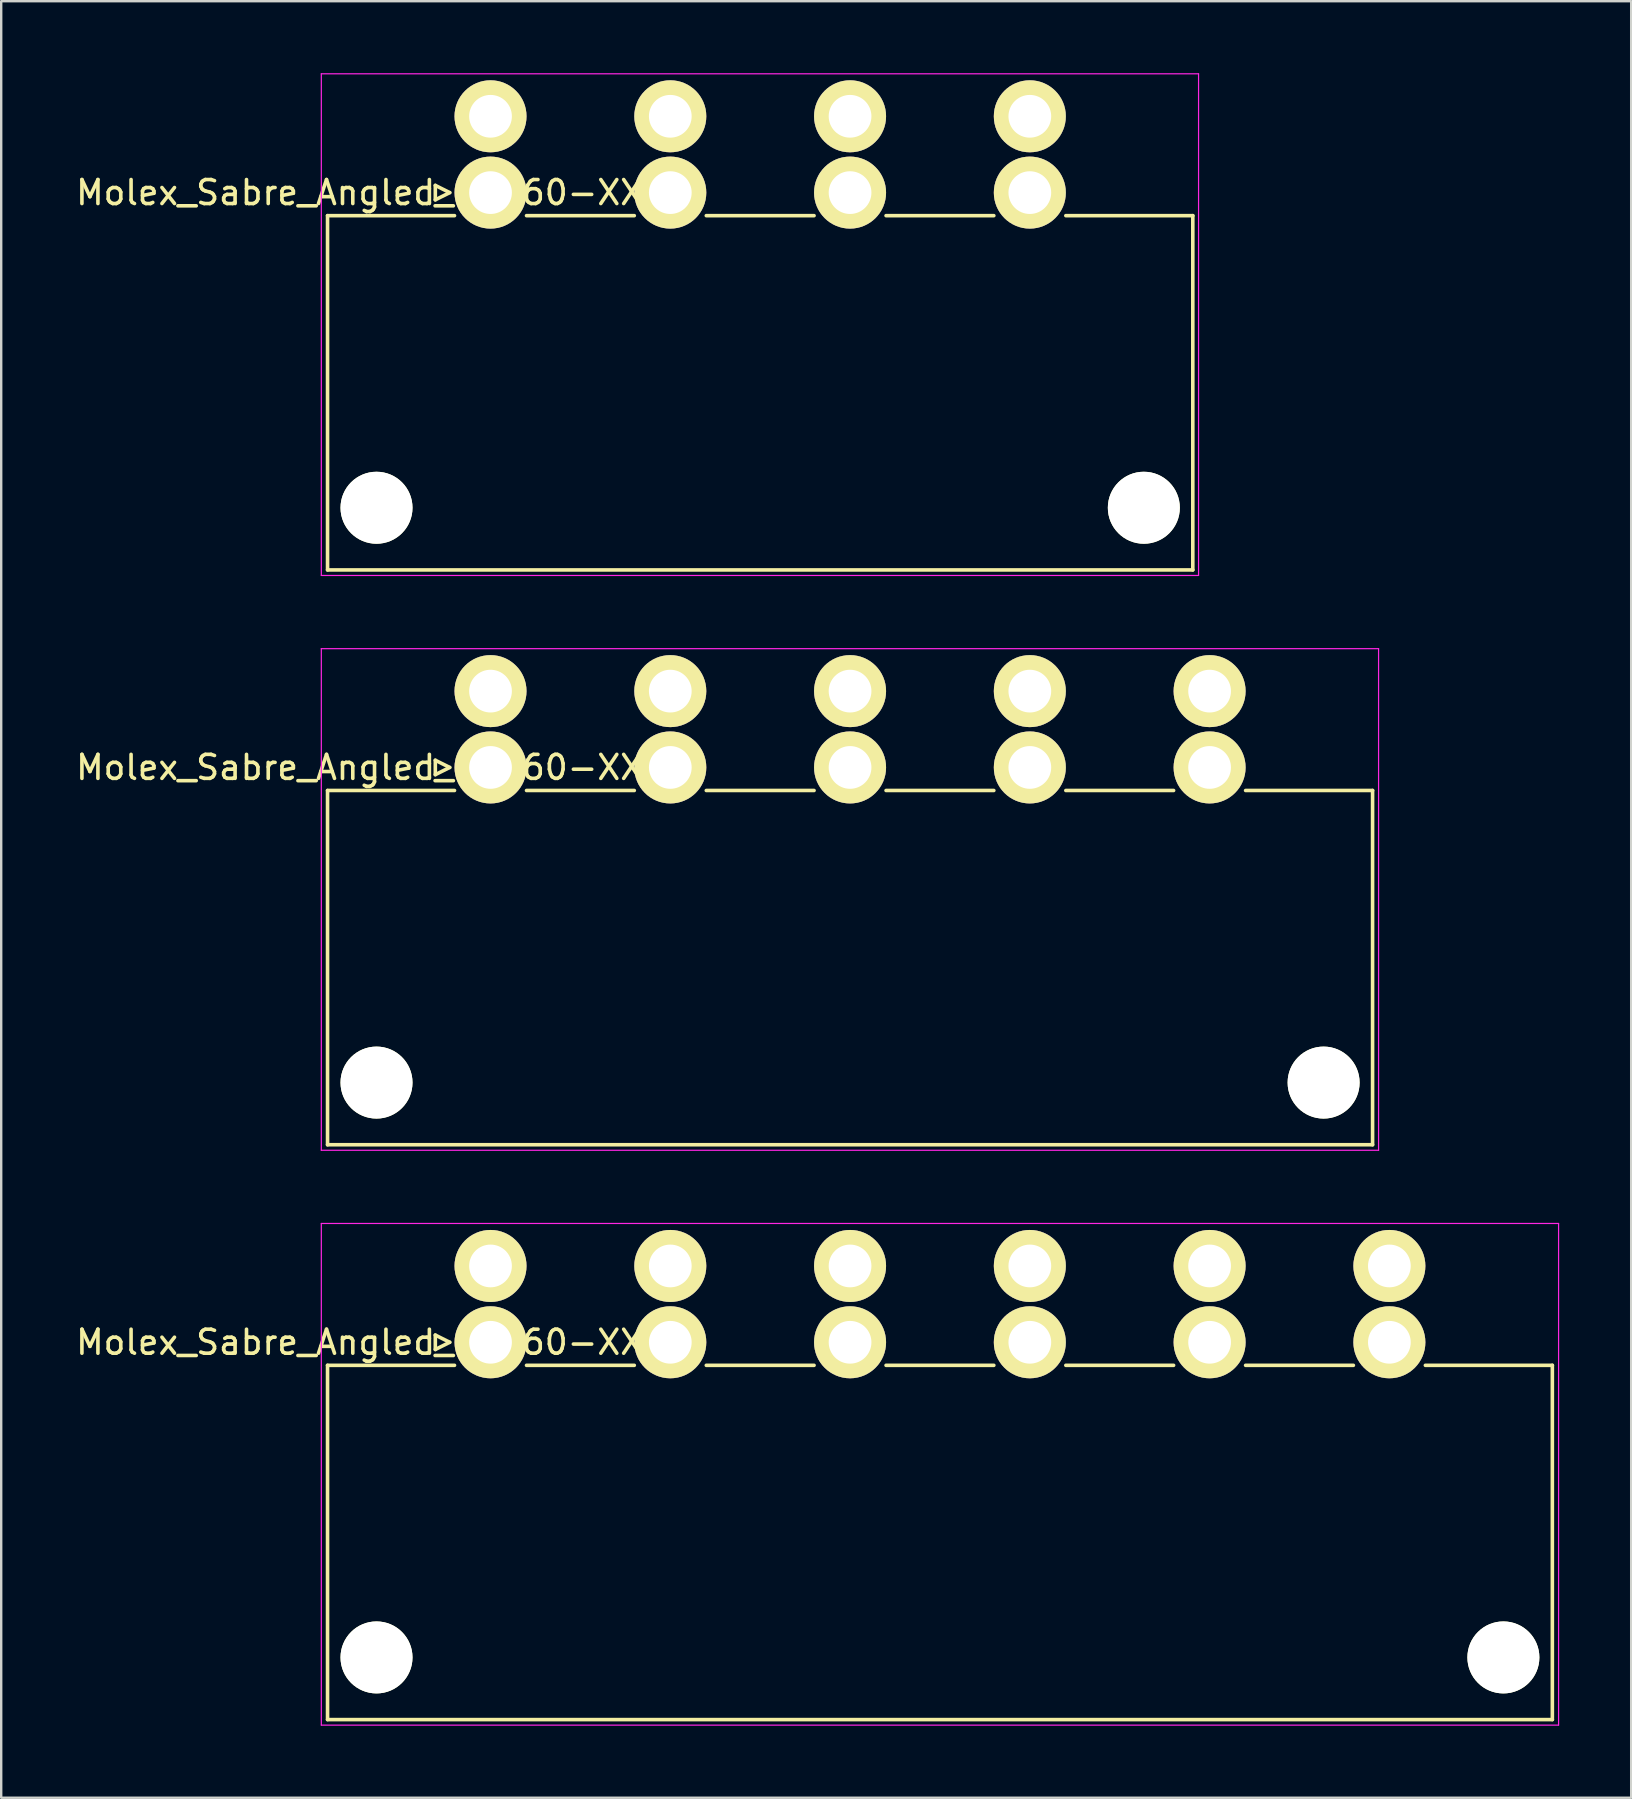
<source format=kicad_pcb>
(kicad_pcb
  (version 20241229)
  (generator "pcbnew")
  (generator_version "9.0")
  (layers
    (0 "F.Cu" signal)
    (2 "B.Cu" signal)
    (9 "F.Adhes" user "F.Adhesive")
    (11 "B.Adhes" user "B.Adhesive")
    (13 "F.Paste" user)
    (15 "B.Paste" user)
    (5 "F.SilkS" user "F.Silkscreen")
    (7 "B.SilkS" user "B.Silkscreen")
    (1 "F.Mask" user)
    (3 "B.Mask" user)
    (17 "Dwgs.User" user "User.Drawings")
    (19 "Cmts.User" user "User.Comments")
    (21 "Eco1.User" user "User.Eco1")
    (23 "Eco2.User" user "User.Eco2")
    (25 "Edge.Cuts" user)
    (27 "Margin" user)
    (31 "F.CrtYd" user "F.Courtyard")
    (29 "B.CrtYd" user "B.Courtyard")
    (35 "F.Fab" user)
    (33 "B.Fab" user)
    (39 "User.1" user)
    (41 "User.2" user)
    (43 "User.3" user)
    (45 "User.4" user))
  (footprint "Molex_Sabre_Angled_43160-XX06"
    (layer "F.Cu")
    (at 17.387 52.875)
    (property "Reference" "Molex_Sabre_Angled_43160-XX06" (at -4.5 0 0) (layer "F.SilkS") (effects (font (size 1 1) (thickness 0.15))))
    (attr through_hole)
    (fp_line (start -6.79 0.96) (end -6.79 15.72) (stroke (width 0.15) (type solid)) (layer "F.SilkS"))
    (fp_line (start -6.79 0.96) (end -1.5 0.96) (stroke (width 0.15) (type solid)) (layer "F.SilkS"))
    (fp_line (start -6.79 15.72) (end 44.24 15.72) (stroke (width 0.15) (type solid)) (layer "F.SilkS"))
    (fp_line (start -2.3 -0.3) (end -1.7 0) (stroke (width 0.15) (type solid)) (layer "F.SilkS"))
    (fp_line (start -2.3 0.3) (end -2.3 -0.3) (stroke (width 0.15) (type solid)) (layer "F.SilkS"))
    (fp_line (start -1.7 0) (end -2.3 0.3) (stroke (width 0.15) (type solid)) (layer "F.SilkS"))
    (fp_line (start 1.5 0.96) (end 5.99 0.96) (stroke (width 0.15) (type solid)) (layer "F.SilkS"))
    (fp_line (start 8.99 0.96) (end 13.48 0.96) (stroke (width 0.15) (type solid)) (layer "F.SilkS"))
    (fp_line (start 16.48 0.96) (end 20.97 0.96) (stroke (width 0.15) (type solid)) (layer "F.SilkS"))
    (fp_line (start 23.97 0.96) (end 28.46 0.96) (stroke (width 0.15) (type solid)) (layer "F.SilkS"))
    (fp_line (start 31.46 0.96) (end 35.95 0.96) (stroke (width 0.15) (type solid)) (layer "F.SilkS"))
    (fp_line (start 38.95 0.96) (end 44.24 0.96) (stroke (width 0.15) (type solid)) (layer "F.SilkS"))
    (fp_line (start 44.24 0.96) (end 44.24 15.72) (stroke (width 0.15) (type solid)) (layer "F.SilkS"))
    (fp_line (start -7.05 -4.95) (end -7.05 15.95) (stroke (width 0.05) (type solid)) (layer "F.CrtYd"))
    (fp_line (start -7.05 15.95) (end 44.5 15.95) (stroke (width 0.05) (type solid)) (layer "F.CrtYd"))
    (fp_line (start 44.5 -4.95) (end -7.05 -4.95) (stroke (width 0.05) (type solid)) (layer "F.CrtYd"))
    (fp_line (start 44.5 15.95) (end 44.5 -4.95) (stroke (width 0.05) (type solid)) (layer "F.CrtYd"))
    (pad "" np_thru_hole circle (at -4.75 13.13) (size 3 3) (drill 3) (layers "*.Cu" "*.Mask" "F.SilkS"))
    (pad "" np_thru_hole circle (at 42.2 13.13) (size 3 3) (drill 3) (layers "*.Cu" "*.Mask" "F.SilkS"))
    (pad "1" thru_hole circle (at 0 -3.18) (size 3 3) (drill 1.78) (layers "*.Cu" "*.Mask" "F.SilkS"))
    (pad "1" thru_hole circle (at 0 0) (size 3 3) (drill 1.78) (layers "*.Cu" "*.Mask" "F.SilkS"))
    (pad "2" thru_hole circle (at 7.49 -3.18) (size 3 3) (drill 1.78) (layers "*.Cu" "*.Mask" "F.SilkS"))
    (pad "2" thru_hole circle (at 7.49 0) (size 3 3) (drill 1.78) (layers "*.Cu" "*.Mask" "F.SilkS"))
    (pad "3" thru_hole circle (at 14.98 -3.18) (size 3 3) (drill 1.78) (layers "*.Cu" "*.Mask" "F.SilkS"))
    (pad "3" thru_hole circle (at 14.98 0) (size 3 3) (drill 1.78) (layers "*.Cu" "*.Mask" "F.SilkS"))
    (pad "4" thru_hole circle (at 22.47 -3.18) (size 3 3) (drill 1.78) (layers "*.Cu" "*.Mask" "F.SilkS"))
    (pad "4" thru_hole circle (at 22.47 0) (size 3 3) (drill 1.78) (layers "*.Cu" "*.Mask" "F.SilkS"))
    (pad "5" thru_hole circle (at 29.96 -3.18) (size 3 3) (drill 1.78) (layers "*.Cu" "*.Mask" "F.SilkS"))
    (pad "5" thru_hole circle (at 29.96 0) (size 3 3) (drill 1.78) (layers "*.Cu" "*.Mask" "F.SilkS"))
    (pad "6" thru_hole circle (at 37.45 -3.18) (size 3 3) (drill 1.78) (layers "*.Cu" "*.Mask" "F.SilkS"))
    (pad "6" thru_hole circle (at 37.45 0) (size 3 3) (drill 1.78) (layers "*.Cu" "*.Mask" "F.SilkS")))
  (footprint "Molex_Sabre_Angled_43160-XX04"
    (layer "F.Cu")
    (at 17.387 4.975)
    (property "Reference" "Molex_Sabre_Angled_43160-XX04" (at -4.5 0 0) (layer "F.SilkS") (effects (font (size 1 1) (thickness 0.15))))
    (attr through_hole)
    (fp_line (start -6.79 0.96) (end -6.79 15.72) (stroke (width 0.15) (type solid)) (layer "F.SilkS"))
    (fp_line (start -6.79 0.96) (end -1.5 0.96) (stroke (width 0.15) (type solid)) (layer "F.SilkS"))
    (fp_line (start -6.79 15.72) (end 29.26 15.72) (stroke (width 0.15) (type solid)) (layer "F.SilkS"))
    (fp_line (start -2.3 -0.3) (end -1.7 0) (stroke (width 0.15) (type solid)) (layer "F.SilkS"))
    (fp_line (start -2.3 0.3) (end -2.3 -0.3) (stroke (width 0.15) (type solid)) (layer "F.SilkS"))
    (fp_line (start -1.7 0) (end -2.3 0.3) (stroke (width 0.15) (type solid)) (layer "F.SilkS"))
    (fp_line (start 1.5 0.96) (end 5.99 0.96) (stroke (width 0.15) (type solid)) (layer "F.SilkS"))
    (fp_line (start 8.99 0.96) (end 13.48 0.96) (stroke (width 0.15) (type solid)) (layer "F.SilkS"))
    (fp_line (start 16.48 0.96) (end 20.97 0.96) (stroke (width 0.15) (type solid)) (layer "F.SilkS"))
    (fp_line (start 23.97 0.96) (end 29.26 0.96) (stroke (width 0.15) (type solid)) (layer "F.SilkS"))
    (fp_line (start 29.26 0.96) (end 29.26 15.72) (stroke (width 0.15) (type solid)) (layer "F.SilkS"))
    (fp_line (start -7.05 -4.95) (end -7.05 15.95) (stroke (width 0.05) (type solid)) (layer "F.CrtYd"))
    (fp_line (start -7.05 15.95) (end 29.5 15.95) (stroke (width 0.05) (type solid)) (layer "F.CrtYd"))
    (fp_line (start 29.5 -4.95) (end -7.05 -4.95) (stroke (width 0.05) (type solid)) (layer "F.CrtYd"))
    (fp_line (start 29.5 15.95) (end 29.5 -4.95) (stroke (width 0.05) (type solid)) (layer "F.CrtYd"))
    (pad "" np_thru_hole circle (at -4.75 13.13) (size 3 3) (drill 3) (layers "*.Cu" "*.Mask" "F.SilkS"))
    (pad "" np_thru_hole circle (at 27.22 13.13) (size 3 3) (drill 3) (layers "*.Cu" "*.Mask" "F.SilkS"))
    (pad "1" thru_hole circle (at 0 -3.18) (size 3 3) (drill 1.78) (layers "*.Cu" "*.Mask" "F.SilkS"))
    (pad "1" thru_hole circle (at 0 0) (size 3 3) (drill 1.78) (layers "*.Cu" "*.Mask" "F.SilkS"))
    (pad "2" thru_hole circle (at 7.49 -3.18) (size 3 3) (drill 1.78) (layers "*.Cu" "*.Mask" "F.SilkS"))
    (pad "2" thru_hole circle (at 7.49 0) (size 3 3) (drill 1.78) (layers "*.Cu" "*.Mask" "F.SilkS"))
    (pad "3" thru_hole circle (at 14.98 -3.18) (size 3 3) (drill 1.78) (layers "*.Cu" "*.Mask" "F.SilkS"))
    (pad "3" thru_hole circle (at 14.98 0) (size 3 3) (drill 1.78) (layers "*.Cu" "*.Mask" "F.SilkS"))
    (pad "4" thru_hole circle (at 22.47 -3.18) (size 3 3) (drill 1.78) (layers "*.Cu" "*.Mask" "F.SilkS"))
    (pad "4" thru_hole circle (at 22.47 0) (size 3 3) (drill 1.78) (layers "*.Cu" "*.Mask" "F.SilkS")))
  (footprint "Molex_Sabre_Angled_43160-XX05"
    (layer "F.Cu")
    (at 17.387 28.925)
    (property "Reference" "Molex_Sabre_Angled_43160-XX05" (at -4.5 0 0) (layer "F.SilkS") (effects (font (size 1 1) (thickness 0.15))))
    (attr through_hole)
    (fp_line (start -6.79 0.96) (end -6.79 15.72) (stroke (width 0.15) (type solid)) (layer "F.SilkS"))
    (fp_line (start -6.79 0.96) (end -1.5 0.96) (stroke (width 0.15) (type solid)) (layer "F.SilkS"))
    (fp_line (start -6.79 15.72) (end 36.75 15.72) (stroke (width 0.15) (type solid)) (layer "F.SilkS"))
    (fp_line (start -2.3 -0.3) (end -1.7 0) (stroke (width 0.15) (type solid)) (layer "F.SilkS"))
    (fp_line (start -2.3 0.3) (end -2.3 -0.3) (stroke (width 0.15) (type solid)) (layer "F.SilkS"))
    (fp_line (start -1.7 0) (end -2.3 0.3) (stroke (width 0.15) (type solid)) (layer "F.SilkS"))
    (fp_line (start 1.5 0.96) (end 5.99 0.96) (stroke (width 0.15) (type solid)) (layer "F.SilkS"))
    (fp_line (start 8.99 0.96) (end 13.48 0.96) (stroke (width 0.15) (type solid)) (layer "F.SilkS"))
    (fp_line (start 16.48 0.96) (end 20.97 0.96) (stroke (width 0.15) (type solid)) (layer "F.SilkS"))
    (fp_line (start 23.97 0.96) (end 28.46 0.96) (stroke (width 0.15) (type solid)) (layer "F.SilkS"))
    (fp_line (start 31.46 0.96) (end 36.75 0.96) (stroke (width 0.15) (type solid)) (layer "F.SilkS"))
    (fp_line (start 36.75 0.96) (end 36.75 15.72) (stroke (width 0.15) (type solid)) (layer "F.SilkS"))
    (fp_line (start -7.05 -4.95) (end -7.05 15.95) (stroke (width 0.05) (type solid)) (layer "F.CrtYd"))
    (fp_line (start -7.05 15.95) (end 37 15.95) (stroke (width 0.05) (type solid)) (layer "F.CrtYd"))
    (fp_line (start 37 -4.95) (end -7.05 -4.95) (stroke (width 0.05) (type solid)) (layer "F.CrtYd"))
    (fp_line (start 37 15.95) (end 37 -4.95) (stroke (width 0.05) (type solid)) (layer "F.CrtYd"))
    (pad "" np_thru_hole circle (at -4.75 13.13) (size 3 3) (drill 3) (layers "*.Cu" "*.Mask" "F.SilkS"))
    (pad "" np_thru_hole circle (at 34.71 13.13) (size 3 3) (drill 3) (layers "*.Cu" "*.Mask" "F.SilkS"))
    (pad "1" thru_hole circle (at 0 -3.18) (size 3 3) (drill 1.78) (layers "*.Cu" "*.Mask" "F.SilkS"))
    (pad "1" thru_hole circle (at 0 0) (size 3 3) (drill 1.78) (layers "*.Cu" "*.Mask" "F.SilkS"))
    (pad "2" thru_hole circle (at 7.49 -3.18) (size 3 3) (drill 1.78) (layers "*.Cu" "*.Mask" "F.SilkS"))
    (pad "2" thru_hole circle (at 7.49 0) (size 3 3) (drill 1.78) (layers "*.Cu" "*.Mask" "F.SilkS"))
    (pad "3" thru_hole circle (at 14.98 -3.18) (size 3 3) (drill 1.78) (layers "*.Cu" "*.Mask" "F.SilkS"))
    (pad "3" thru_hole circle (at 14.98 0) (size 3 3) (drill 1.78) (layers "*.Cu" "*.Mask" "F.SilkS"))
    (pad "4" thru_hole circle (at 22.47 -3.18) (size 3 3) (drill 1.78) (layers "*.Cu" "*.Mask" "F.SilkS"))
    (pad "4" thru_hole circle (at 22.47 0) (size 3 3) (drill 1.78) (layers "*.Cu" "*.Mask" "F.SilkS"))
    (pad "5" thru_hole circle (at 29.96 -3.18) (size 3 3) (drill 1.78) (layers "*.Cu" "*.Mask" "F.SilkS"))
    (pad "5" thru_hole circle (at 29.96 0) (size 3 3) (drill 1.78) (layers "*.Cu" "*.Mask" "F.SilkS")))
  (gr_rect
    (start -3 -3)
    (end 64.912 71.85)
    (stroke (width 0.1) (type default))
    (fill no)
    (layer "Edge.Cuts")))
</source>
